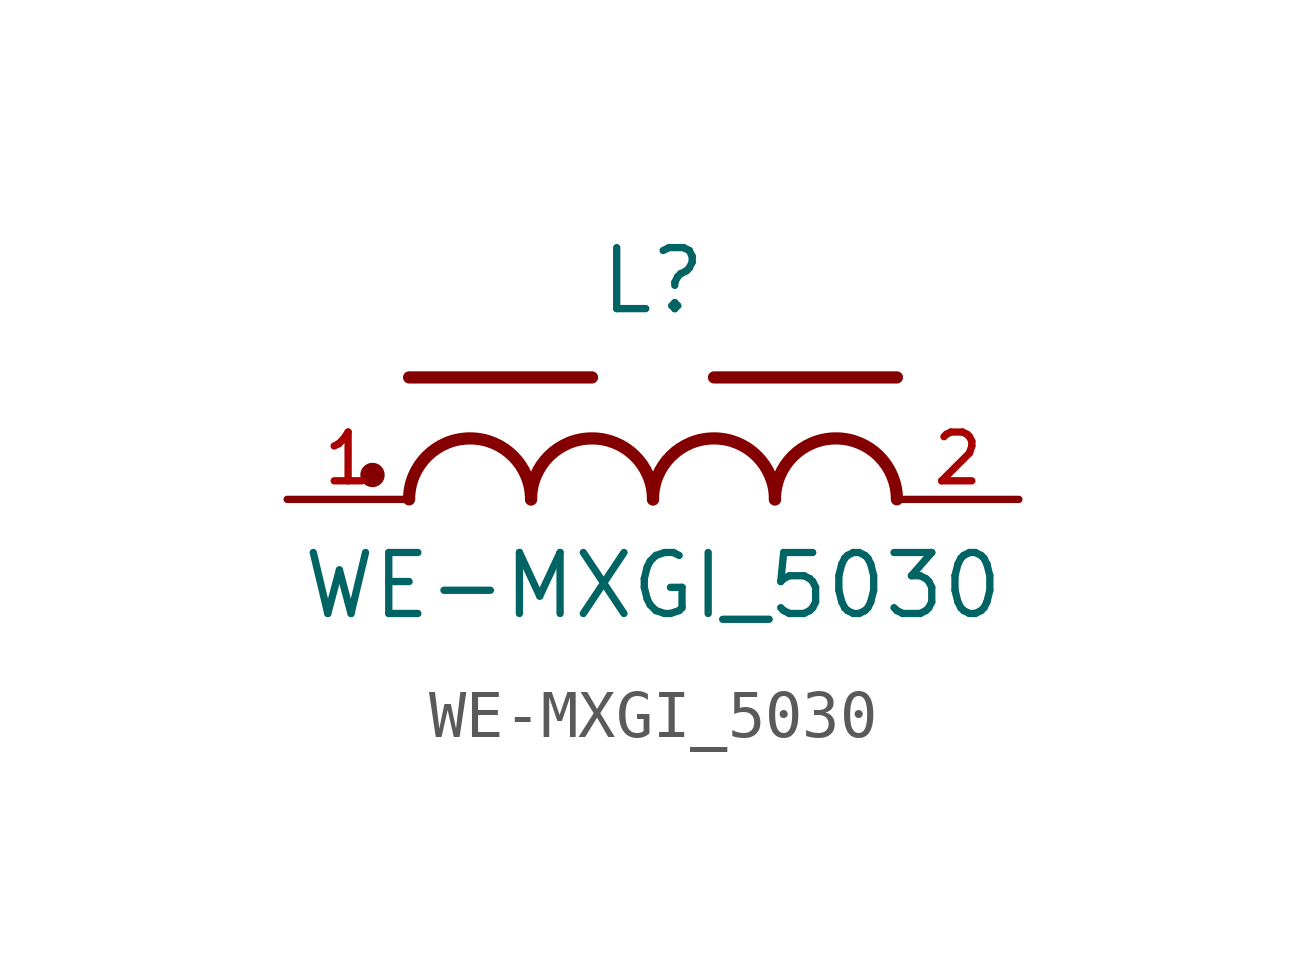
<source format=kicad_sym>
(kicad_symbol_lib
  (version 20211014)
  (generator kicad_symbol_editor)
  (symbol "WE-MXGI_5030"
    (pin_names
      (offset 1.016))
    (property "Reference" "L"
      (at 0.0 3.81 0)
      (effects (font (size 1.27 1.27)) (justify bottom)))
    (property "Value" "WE-MXGI_5030"
      (at 0.0 -2.54 0)
      (effects (font (size 1.27 1.27)) (justify bottom)))
    (symbol "WE-MXGI_5030_0_0"
      (arc (start -2.54 0.0) (mid -3.81 1.27) (end -5.08 0.0) (stroke (width 0.254) (type default) (color 0 0 0 0)) (fill (type none)))
      (arc (start 0.0 0.0) (mid -1.27 1.27) (end -2.54 0.0) (stroke (width 0.254) (type default) (color 0 0 0 0)) (fill (type none)))
      (arc (start 2.54 0.0) (mid 1.27 1.27) (end 0.0 0.0) (stroke (width 0.254) (type default) (color 0 0 0 0)) (fill (type none)))
      (arc (start 5.08 0.0) (mid 3.81 1.27) (end 2.54 0.0) (stroke (width 0.254) (type default) (color 0 0 0 0)) (fill (type none)))
      (polyline (pts (xy -5.08 2.54) (xy -1.27 2.54)) (stroke (width 0.254)))
      (polyline (pts (xy 1.27 2.54) (xy 5.08 2.54)) (stroke (width 0.254)))
      (circle (center -5.842 0.508) (radius 0.127) (stroke (width 0.254)) (fill (type none)))
      (pin passive line (at -7.62 0.0 0) (length 2.54) (name "~" (effects (font (size 1.016 1.016)))) (number "1" (effects (font (size 1.016 1.016)))))
      (pin passive line (at 7.62 0.0 180.0) (length 2.54) (name "~" (effects (font (size 1.016 1.016)))) (number "2" (effects (font (size 1.016 1.016))))))))
</source>
